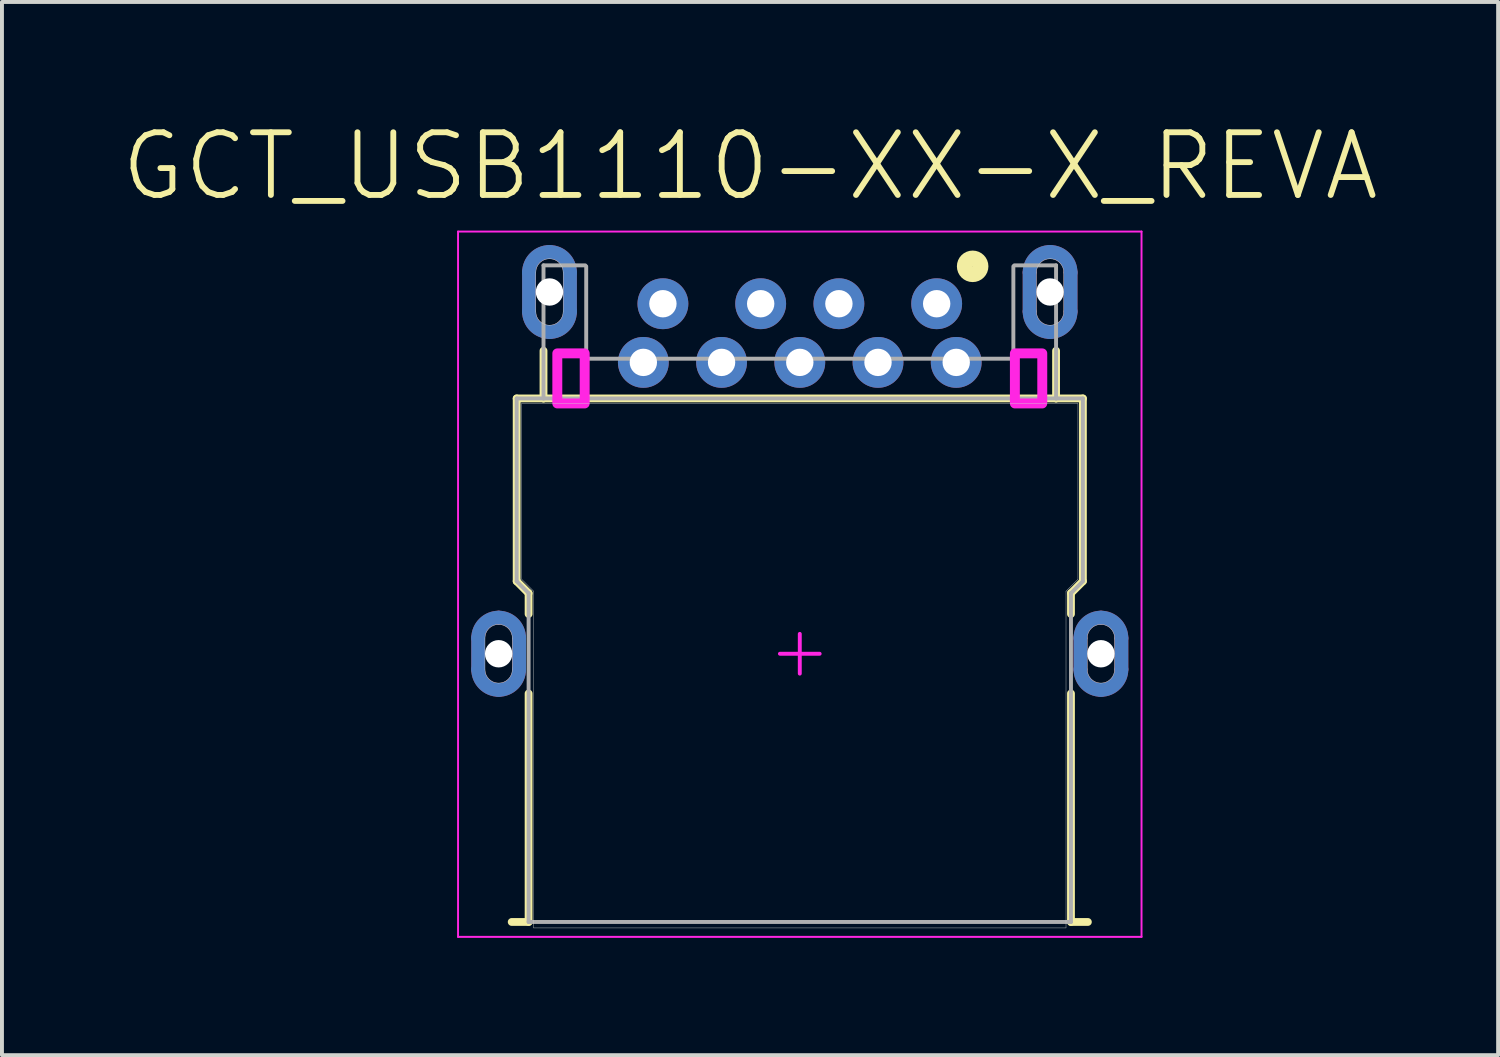
<source format=kicad_pcb>
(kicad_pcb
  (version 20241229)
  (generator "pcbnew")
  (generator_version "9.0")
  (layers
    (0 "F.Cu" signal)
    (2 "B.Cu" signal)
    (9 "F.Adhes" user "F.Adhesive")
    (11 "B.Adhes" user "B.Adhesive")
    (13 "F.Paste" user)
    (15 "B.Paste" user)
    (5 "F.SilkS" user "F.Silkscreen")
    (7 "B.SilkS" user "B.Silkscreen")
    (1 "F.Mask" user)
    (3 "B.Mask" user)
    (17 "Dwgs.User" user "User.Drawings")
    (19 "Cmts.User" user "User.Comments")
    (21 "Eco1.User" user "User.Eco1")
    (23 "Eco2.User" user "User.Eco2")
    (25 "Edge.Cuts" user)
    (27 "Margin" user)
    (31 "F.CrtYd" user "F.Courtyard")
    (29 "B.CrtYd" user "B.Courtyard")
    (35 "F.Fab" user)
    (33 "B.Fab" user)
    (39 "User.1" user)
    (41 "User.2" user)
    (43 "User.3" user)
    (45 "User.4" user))
  (footprint "GCT_USB1110-XX-X_REVA"
    (layer "F.Cu")
    (at 17.4 13.666)
    (property "Reference" "GCT_USB1110-XX-X_REVA" (at -1.272 -12.465 0) (layer "F.SilkS") (effects (font (size 1.603 1.603) (thickness 0.15))))
    (attr through_hole)
    (fp_line (start -8.225 0.4) (end -8.225 -0.4) (stroke (width 0.35) (type solid)) (layer "F.Cu"))
    (fp_line (start -7.175 -0.4) (end -7.175 0.4) (stroke (width 0.35) (type solid)) (layer "F.Cu"))
    (fp_line (start -6.925 -8.75) (end -6.925 -9.75) (stroke (width 0.35) (type solid)) (layer "F.Cu"))
    (fp_line (start -5.875 -9.75) (end -5.875 -8.75) (stroke (width 0.35) (type solid)) (layer "F.Cu"))
    (fp_line (start 5.875 -8.75) (end 5.875 -9.75) (stroke (width 0.35) (type solid)) (layer "F.Cu"))
    (fp_line (start 6.925 -9.75) (end 6.925 -8.75) (stroke (width 0.35) (type solid)) (layer "F.Cu"))
    (fp_line (start 7.175 0.4) (end 7.175 -0.4) (stroke (width 0.35) (type solid)) (layer "F.Cu"))
    (fp_line (start 8.225 -0.4) (end 8.225 0.4) (stroke (width 0.35) (type solid)) (layer "F.Cu"))
    (fp_arc (start -8.225 -0.4) (mid -8.071231 -0.771231) (end -7.7 -0.925) (stroke (width 0.35) (type solid)) (layer "F.Cu"))
    (fp_arc (start -7.7 -0.925) (mid -7.328769 -0.771231) (end -7.175 -0.4) (stroke (width 0.35) (type solid)) (layer "F.Cu"))
    (fp_arc (start -7.7 0.925) (mid -8.071231 0.771231) (end -8.225 0.4) (stroke (width 0.35) (type solid)) (layer "F.Cu"))
    (fp_arc (start -7.175 0.4) (mid -7.328769 0.771231) (end -7.7 0.925) (stroke (width 0.35) (type solid)) (layer "F.Cu"))
    (fp_arc (start -6.925 -9.75) (mid -6.771231 -10.121231) (end -6.4 -10.275) (stroke (width 0.35) (type solid)) (layer "F.Cu"))
    (fp_arc (start -6.4 -10.275) (mid -6.028769 -10.121231) (end -5.875 -9.75) (stroke (width 0.35) (type solid)) (layer "F.Cu"))
    (fp_arc (start -6.4 -8.225) (mid -6.771231 -8.378769) (end -6.925 -8.75) (stroke (width 0.35) (type solid)) (layer "F.Cu"))
    (fp_arc (start -5.875 -8.75) (mid -6.028769 -8.378769) (end -6.4 -8.225) (stroke (width 0.35) (type solid)) (layer "F.Cu"))
    (fp_arc (start 5.875 -9.75) (mid 6.028769 -10.121231) (end 6.4 -10.275) (stroke (width 0.35) (type solid)) (layer "F.Cu"))
    (fp_arc (start 6.4 -10.275) (mid 6.771231 -10.121231) (end 6.925 -9.75) (stroke (width 0.35) (type solid)) (layer "F.Cu"))
    (fp_arc (start 6.4 -8.225) (mid 6.028769 -8.378769) (end 5.875 -8.75) (stroke (width 0.35) (type solid)) (layer "F.Cu"))
    (fp_arc (start 6.925 -8.75) (mid 6.771231 -8.378769) (end 6.4 -8.225) (stroke (width 0.35) (type solid)) (layer "F.Cu"))
    (fp_arc (start 7.175 -0.4) (mid 7.328769 -0.771231) (end 7.7 -0.925) (stroke (width 0.35) (type solid)) (layer "F.Cu"))
    (fp_arc (start 7.7 -0.925) (mid 8.071231 -0.771231) (end 8.225 -0.4) (stroke (width 0.35) (type solid)) (layer "F.Cu"))
    (fp_arc (start 7.7 0.925) (mid 7.328769 0.771231) (end 7.175 0.4) (stroke (width 0.35) (type solid)) (layer "F.Cu"))
    (fp_arc (start 8.225 0.4) (mid 8.071231 0.771231) (end 7.7 0.925) (stroke (width 0.35) (type solid)) (layer "F.Cu"))
    (fp_poly (pts (xy -8.506 -1.2) (xy -6.9 -1.2) (xy -6.9 1.201) (xy -8.506 1.201)) (stroke (width 0.01) (type solid)) (fill yes) (layer "F.Mask"))
    (fp_poly (pts (xy -7.209 -10.55) (xy -5.6 -10.55) (xy -5.6 -7.96) (xy -7.209 -7.96)) (stroke (width 0.01) (type solid)) (fill yes) (layer "F.Mask"))
    (fp_poly (pts (xy 5.603 -10.55) (xy 7.2 -10.55) (xy 7.2 -7.954) (xy 5.603 -7.954)) (stroke (width 0.01) (type solid)) (fill yes) (layer "F.Mask"))
    (fp_poly (pts (xy 6.905 -1.2) (xy 8.5 -1.2) (xy 8.5 1.201) (xy 6.905 1.201)) (stroke (width 0.01) (type solid)) (fill yes) (layer "F.Mask"))
    (fp_line (start -8.225 0.4) (end -8.225 -0.4) (stroke (width 0.35) (type solid)) (layer "B.Cu"))
    (fp_line (start -7.175 -0.4) (end -7.175 0.4) (stroke (width 0.35) (type solid)) (layer "B.Cu"))
    (fp_line (start -6.925 -8.75) (end -6.925 -9.75) (stroke (width 0.35) (type solid)) (layer "B.Cu"))
    (fp_line (start -5.875 -9.75) (end -5.875 -8.75) (stroke (width 0.35) (type solid)) (layer "B.Cu"))
    (fp_line (start 5.875 -8.75) (end 5.875 -9.75) (stroke (width 0.35) (type solid)) (layer "B.Cu"))
    (fp_line (start 6.925 -9.75) (end 6.925 -8.75) (stroke (width 0.35) (type solid)) (layer "B.Cu"))
    (fp_line (start 7.175 0.4) (end 7.175 -0.4) (stroke (width 0.35) (type solid)) (layer "B.Cu"))
    (fp_line (start 8.225 -0.4) (end 8.225 0.4) (stroke (width 0.35) (type solid)) (layer "B.Cu"))
    (fp_arc (start -8.225 -0.4) (mid -8.071231 -0.771231) (end -7.7 -0.925) (stroke (width 0.35) (type solid)) (layer "B.Cu"))
    (fp_arc (start -7.7 -0.925) (mid -7.328769 -0.771231) (end -7.175 -0.4) (stroke (width 0.35) (type solid)) (layer "B.Cu"))
    (fp_arc (start -7.7 0.925) (mid -8.071231 0.771231) (end -8.225 0.4) (stroke (width 0.35) (type solid)) (layer "B.Cu"))
    (fp_arc (start -7.175 0.4) (mid -7.328769 0.771231) (end -7.7 0.925) (stroke (width 0.35) (type solid)) (layer "B.Cu"))
    (fp_arc (start -6.925 -9.75) (mid -6.771231 -10.121231) (end -6.4 -10.275) (stroke (width 0.35) (type solid)) (layer "B.Cu"))
    (fp_arc (start -6.4 -10.275) (mid -6.028769 -10.121231) (end -5.875 -9.75) (stroke (width 0.35) (type solid)) (layer "B.Cu"))
    (fp_arc (start -6.4 -8.225) (mid -6.771231 -8.378769) (end -6.925 -8.75) (stroke (width 0.35) (type solid)) (layer "B.Cu"))
    (fp_arc (start -5.875 -8.75) (mid -6.028769 -8.378769) (end -6.4 -8.225) (stroke (width 0.35) (type solid)) (layer "B.Cu"))
    (fp_arc (start 5.875 -9.75) (mid 6.028769 -10.121231) (end 6.4 -10.275) (stroke (width 0.35) (type solid)) (layer "B.Cu"))
    (fp_arc (start 6.4 -10.275) (mid 6.771231 -10.121231) (end 6.925 -9.75) (stroke (width 0.35) (type solid)) (layer "B.Cu"))
    (fp_arc (start 6.4 -8.225) (mid 6.028769 -8.378769) (end 5.875 -8.75) (stroke (width 0.35) (type solid)) (layer "B.Cu"))
    (fp_arc (start 6.925 -8.75) (mid 6.771231 -8.378769) (end 6.4 -8.225) (stroke (width 0.35) (type solid)) (layer "B.Cu"))
    (fp_arc (start 7.175 -0.4) (mid 7.328769 -0.771231) (end 7.7 -0.925) (stroke (width 0.35) (type solid)) (layer "B.Cu"))
    (fp_arc (start 7.7 -0.925) (mid 8.071231 -0.771231) (end 8.225 -0.4) (stroke (width 0.35) (type solid)) (layer "B.Cu"))
    (fp_arc (start 7.7 0.925) (mid 7.328769 0.771231) (end 7.175 0.4) (stroke (width 0.35) (type solid)) (layer "B.Cu"))
    (fp_arc (start 8.225 0.4) (mid 8.071231 0.771231) (end 7.7 0.925) (stroke (width 0.35) (type solid)) (layer "B.Cu"))
    (fp_poly (pts (xy -8.514 -1.2) (xy -6.9 -1.2) (xy -6.9 1.202) (xy -8.514 1.202)) (stroke (width 0.01) (type solid)) (fill yes) (layer "B.Mask"))
    (fp_poly (pts (xy -7.208 -10.55) (xy -5.6 -10.55) (xy -5.6 -7.958) (xy -7.208 -7.958)) (stroke (width 0.01) (type solid)) (fill yes) (layer "B.Mask"))
    (fp_poly (pts (xy 5.608 -10.55) (xy 7.2 -10.55) (xy 7.2 -7.961) (xy 5.608 -7.961)) (stroke (width 0.01) (type solid)) (fill yes) (layer "B.Mask"))
    (fp_poly (pts (xy 6.901 -1.2) (xy 8.5 -1.2) (xy 8.5 1.2) (xy 6.901 1.2)) (stroke (width 0.01) (type solid)) (fill yes) (layer "B.Mask"))
    (fp_line (start -7.366 6.858) (end -6.934 6.858) (stroke (width 0.2) (type solid)) (layer "F.SilkS"))
    (fp_line (start -7.239 -6.528) (end -6.553 -6.528) (stroke (width 0.2) (type solid)) (layer "F.SilkS"))
    (fp_line (start -7.239 -1.854) (end -7.239 -6.528) (stroke (width 0.2) (type solid)) (layer "F.SilkS"))
    (fp_line (start -7.239 -1.854) (end -6.934 -1.549) (stroke (width 0.2) (type solid)) (layer "F.SilkS"))
    (fp_line (start -6.934 -1.016) (end -6.934 -1.549) (stroke (width 0.2) (type solid)) (layer "F.SilkS"))
    (fp_line (start -6.934 6.858) (end -6.934 1.016) (stroke (width 0.2) (type solid)) (layer "F.SilkS"))
    (fp_line (start -6.553 -6.528) (end -6.553 -7.747) (stroke (width 0.2) (type solid)) (layer "F.SilkS"))
    (fp_line (start -6.553 -6.528) (end 6.553 -6.528) (stroke (width 0.2) (type solid)) (layer "F.SilkS"))
    (fp_line (start 6.553 -6.528) (end 6.553 -7.747) (stroke (width 0.2) (type solid)) (layer "F.SilkS"))
    (fp_line (start 6.553 -6.528) (end 7.239 -6.528) (stroke (width 0.2) (type solid)) (layer "F.SilkS"))
    (fp_line (start 6.934 -1.549) (end 7.239 -1.854) (stroke (width 0.2) (type solid)) (layer "F.SilkS"))
    (fp_line (start 6.934 -1.016) (end 6.934 -1.549) (stroke (width 0.2) (type solid)) (layer "F.SilkS"))
    (fp_line (start 6.934 6.858) (end 6.934 1.016) (stroke (width 0.2) (type solid)) (layer "F.SilkS"))
    (fp_line (start 6.934 6.858) (end 7.366 6.858) (stroke (width 0.2) (type solid)) (layer "F.SilkS"))
    (fp_line (start 7.239 -1.854) (end 7.239 -6.528) (stroke (width 0.2) (type solid)) (layer "F.SilkS"))
    (fp_circle (center 4.42 -9.906) (end 4.623 -9.906) (stroke (width 0.4) (type solid)) (fill no) (layer "F.SilkS"))
    (fp_line (start -8.225 0.4) (end -8.225 -0.4) (stroke (width 0.35) (type solid)) (layer "F.Paste"))
    (fp_line (start -7.175 -0.4) (end -7.175 0.4) (stroke (width 0.35) (type solid)) (layer "F.Paste"))
    (fp_line (start -6.925 -8.75) (end -6.925 -9.75) (stroke (width 0.35) (type solid)) (layer "F.Paste"))
    (fp_line (start -5.875 -9.75) (end -5.875 -8.75) (stroke (width 0.35) (type solid)) (layer "F.Paste"))
    (fp_line (start 5.875 -8.75) (end 5.875 -9.75) (stroke (width 0.35) (type solid)) (layer "F.Paste"))
    (fp_line (start 6.925 -9.75) (end 6.925 -8.75) (stroke (width 0.35) (type solid)) (layer "F.Paste"))
    (fp_line (start 7.175 0.4) (end 7.175 -0.4) (stroke (width 0.35) (type solid)) (layer "F.Paste"))
    (fp_line (start 8.225 -0.4) (end 8.225 0.4) (stroke (width 0.35) (type solid)) (layer "F.Paste"))
    (fp_arc (start -8.225 -0.4) (mid -8.071231 -0.771231) (end -7.7 -0.925) (stroke (width 0.35) (type solid)) (layer "F.Paste"))
    (fp_arc (start -7.7 -0.925) (mid -7.328769 -0.771231) (end -7.175 -0.4) (stroke (width 0.35) (type solid)) (layer "F.Paste"))
    (fp_arc (start -7.7 0.925) (mid -8.071231 0.771231) (end -8.225 0.4) (stroke (width 0.35) (type solid)) (layer "F.Paste"))
    (fp_arc (start -7.175 0.4) (mid -7.328769 0.771231) (end -7.7 0.925) (stroke (width 0.35) (type solid)) (layer "F.Paste"))
    (fp_arc (start -6.925 -9.75) (mid -6.771231 -10.121231) (end -6.4 -10.275) (stroke (width 0.35) (type solid)) (layer "F.Paste"))
    (fp_arc (start -6.4 -10.275) (mid -6.028769 -10.121231) (end -5.875 -9.75) (stroke (width 0.35) (type solid)) (layer "F.Paste"))
    (fp_arc (start -6.4 -8.225) (mid -6.771231 -8.378769) (end -6.925 -8.75) (stroke (width 0.35) (type solid)) (layer "F.Paste"))
    (fp_arc (start -5.875 -8.75) (mid -6.028769 -8.378769) (end -6.4 -8.225) (stroke (width 0.35) (type solid)) (layer "F.Paste"))
    (fp_arc (start 5.875 -9.75) (mid 6.028769 -10.121231) (end 6.4 -10.275) (stroke (width 0.35) (type solid)) (layer "F.Paste"))
    (fp_arc (start 6.4 -10.275) (mid 6.771231 -10.121231) (end 6.925 -9.75) (stroke (width 0.35) (type solid)) (layer "F.Paste"))
    (fp_arc (start 6.4 -8.225) (mid 6.028769 -8.378769) (end 5.875 -8.75) (stroke (width 0.35) (type solid)) (layer "F.Paste"))
    (fp_arc (start 6.925 -8.75) (mid 6.771231 -8.378769) (end 6.4 -8.225) (stroke (width 0.35) (type solid)) (layer "F.Paste"))
    (fp_arc (start 7.175 -0.4) (mid 7.328769 -0.771231) (end 7.7 -0.925) (stroke (width 0.35) (type solid)) (layer "F.Paste"))
    (fp_arc (start 7.7 -0.925) (mid 8.071231 -0.771231) (end 8.225 -0.4) (stroke (width 0.35) (type solid)) (layer "F.Paste"))
    (fp_arc (start 7.7 0.925) (mid 7.328769 0.771231) (end 7.175 0.4) (stroke (width 0.35) (type solid)) (layer "F.Paste"))
    (fp_arc (start 8.225 0.4) (mid 8.071231 0.771231) (end 7.7 0.925) (stroke (width 0.35) (type solid)) (layer "F.Paste"))
    (fp_line (start -8.225 0.4) (end -8.225 -0.4) (stroke (width 0.35) (type solid)) (layer "B.Paste"))
    (fp_line (start -7.175 -0.4) (end -7.175 0.4) (stroke (width 0.35) (type solid)) (layer "B.Paste"))
    (fp_line (start -6.925 -8.75) (end -6.925 -9.75) (stroke (width 0.35) (type solid)) (layer "B.Paste"))
    (fp_line (start -5.875 -9.75) (end -5.875 -8.75) (stroke (width 0.35) (type solid)) (layer "B.Paste"))
    (fp_line (start 5.875 -8.75) (end 5.875 -9.75) (stroke (width 0.35) (type solid)) (layer "B.Paste"))
    (fp_line (start 6.925 -9.75) (end 6.925 -8.75) (stroke (width 0.35) (type solid)) (layer "B.Paste"))
    (fp_line (start 7.175 0.4) (end 7.175 -0.4) (stroke (width 0.35) (type solid)) (layer "B.Paste"))
    (fp_line (start 8.225 -0.4) (end 8.225 0.4) (stroke (width 0.35) (type solid)) (layer "B.Paste"))
    (fp_arc (start -8.225 -0.4) (mid -8.071231 -0.771231) (end -7.7 -0.925) (stroke (width 0.35) (type solid)) (layer "B.Paste"))
    (fp_arc (start -7.7 -0.925) (mid -7.328769 -0.771231) (end -7.175 -0.4) (stroke (width 0.35) (type solid)) (layer "B.Paste"))
    (fp_arc (start -7.7 0.925) (mid -8.071231 0.771231) (end -8.225 0.4) (stroke (width 0.35) (type solid)) (layer "B.Paste"))
    (fp_arc (start -7.175 0.4) (mid -7.328769 0.771231) (end -7.7 0.925) (stroke (width 0.35) (type solid)) (layer "B.Paste"))
    (fp_arc (start -6.925 -9.75) (mid -6.771231 -10.121231) (end -6.4 -10.275) (stroke (width 0.35) (type solid)) (layer "B.Paste"))
    (fp_arc (start -6.4 -10.275) (mid -6.028769 -10.121231) (end -5.875 -9.75) (stroke (width 0.35) (type solid)) (layer "B.Paste"))
    (fp_arc (start -6.4 -8.225) (mid -6.771231 -8.378769) (end -6.925 -8.75) (stroke (width 0.35) (type solid)) (layer "B.Paste"))
    (fp_arc (start -5.875 -8.75) (mid -6.028769 -8.378769) (end -6.4 -8.225) (stroke (width 0.35) (type solid)) (layer "B.Paste"))
    (fp_arc (start 5.875 -9.75) (mid 6.028769 -10.121231) (end 6.4 -10.275) (stroke (width 0.35) (type solid)) (layer "B.Paste"))
    (fp_arc (start 6.4 -10.275) (mid 6.771231 -10.121231) (end 6.925 -9.75) (stroke (width 0.35) (type solid)) (layer "B.Paste"))
    (fp_arc (start 6.4 -8.225) (mid 6.028769 -8.378769) (end 5.875 -8.75) (stroke (width 0.35) (type solid)) (layer "B.Paste"))
    (fp_arc (start 6.925 -8.75) (mid 6.771231 -8.378769) (end 6.4 -8.225) (stroke (width 0.35) (type solid)) (layer "B.Paste"))
    (fp_arc (start 7.175 -0.4) (mid 7.328769 -0.771231) (end 7.7 -0.925) (stroke (width 0.35) (type solid)) (layer "B.Paste"))
    (fp_arc (start 7.7 -0.925) (mid 8.071231 -0.771231) (end 8.225 -0.4) (stroke (width 0.35) (type solid)) (layer "B.Paste"))
    (fp_arc (start 7.7 0.925) (mid 7.328769 0.771231) (end 7.175 0.4) (stroke (width 0.35) (type solid)) (layer "B.Paste"))
    (fp_arc (start 8.225 0.4) (mid 8.071231 0.771231) (end 7.7 0.925) (stroke (width 0.35) (type solid)) (layer "B.Paste"))
    (fp_line (start -8.05 0.4) (end -8.05 -0.4) (stroke (width 0.01) (type solid)) (layer "Edge.Cuts"))
    (fp_line (start -7.35 -0.4) (end -7.35 0.4) (stroke (width 0.01) (type solid)) (layer "Edge.Cuts"))
    (fp_line (start -7.112 -6.401) (end 7.112 -6.401) (stroke (width 0.01) (type solid)) (layer "Edge.Cuts"))
    (fp_line (start -7.112 -1.905) (end -7.112 -6.401) (stroke (width 0.01) (type solid)) (layer "Edge.Cuts"))
    (fp_line (start -7.112 -1.905) (end -6.807 -1.6) (stroke (width 0.01) (type solid)) (layer "Edge.Cuts"))
    (fp_line (start -6.807 7.01) (end -6.807 -1.6) (stroke (width 0.01) (type solid)) (layer "Edge.Cuts"))
    (fp_line (start -6.807 7.01) (end 6.807 7.01) (stroke (width 0.01) (type solid)) (layer "Edge.Cuts"))
    (fp_line (start -6.75 -8.75) (end -6.75 -9.75) (stroke (width 0.01) (type solid)) (layer "Edge.Cuts"))
    (fp_line (start -6.05 -9.75) (end -6.05 -8.75) (stroke (width 0.01) (type solid)) (layer "Edge.Cuts"))
    (fp_line (start 6.05 -8.75) (end 6.05 -9.75) (stroke (width 0.01) (type solid)) (layer "Edge.Cuts"))
    (fp_line (start 6.75 -9.75) (end 6.75 -8.75) (stroke (width 0.01) (type solid)) (layer "Edge.Cuts"))
    (fp_line (start 6.807 -1.6) (end 7.112 -1.905) (stroke (width 0.01) (type solid)) (layer "Edge.Cuts"))
    (fp_line (start 6.807 7.01) (end 6.807 -1.6) (stroke (width 0.01) (type solid)) (layer "Edge.Cuts"))
    (fp_line (start 7.112 -1.905) (end 7.112 -6.401) (stroke (width 0.01) (type solid)) (layer "Edge.Cuts"))
    (fp_line (start 7.35 0.4) (end 7.35 -0.4) (stroke (width 0.01) (type solid)) (layer "Edge.Cuts"))
    (fp_line (start 8.05 -0.4) (end 8.05 0.4) (stroke (width 0.01) (type solid)) (layer "Edge.Cuts"))
    (fp_arc (start -8.05 -0.4) (mid -7.947487 -0.647487) (end -7.7 -0.75) (stroke (width 0.01) (type solid)) (layer "Edge.Cuts"))
    (fp_arc (start -7.7 -0.75) (mid -7.452513 -0.647487) (end -7.35 -0.4) (stroke (width 0.01) (type solid)) (layer "Edge.Cuts"))
    (fp_arc (start -7.7 0.75) (mid -7.947487 0.647487) (end -8.05 0.4) (stroke (width 0.01) (type solid)) (layer "Edge.Cuts"))
    (fp_arc (start -7.35 0.4) (mid -7.452513 0.647487) (end -7.7 0.75) (stroke (width 0.01) (type solid)) (layer "Edge.Cuts"))
    (fp_arc (start -6.75 -9.75) (mid -6.647487 -9.997487) (end -6.4 -10.1) (stroke (width 0.01) (type solid)) (layer "Edge.Cuts"))
    (fp_arc (start -6.4 -10.1) (mid -6.152513 -9.997487) (end -6.05 -9.75) (stroke (width 0.01) (type solid)) (layer "Edge.Cuts"))
    (fp_arc (start -6.4 -8.4) (mid -6.647487 -8.502513) (end -6.75 -8.75) (stroke (width 0.01) (type solid)) (layer "Edge.Cuts"))
    (fp_arc (start -6.05 -8.75) (mid -6.152513 -8.502513) (end -6.4 -8.4) (stroke (width 0.01) (type solid)) (layer "Edge.Cuts"))
    (fp_arc (start 6.05 -9.75) (mid 6.152513 -9.997487) (end 6.4 -10.1) (stroke (width 0.01) (type solid)) (layer "Edge.Cuts"))
    (fp_arc (start 6.4 -10.1) (mid 6.647487 -9.997487) (end 6.75 -9.75) (stroke (width 0.01) (type solid)) (layer "Edge.Cuts"))
    (fp_arc (start 6.4 -8.4) (mid 6.152513 -8.502513) (end 6.05 -8.75) (stroke (width 0.01) (type solid)) (layer "Edge.Cuts"))
    (fp_arc (start 6.75 -8.75) (mid 6.647487 -8.502513) (end 6.4 -8.4) (stroke (width 0.01) (type solid)) (layer "Edge.Cuts"))
    (fp_arc (start 7.35 -0.4) (mid 7.452513 -0.647487) (end 7.7 -0.75) (stroke (width 0.01) (type solid)) (layer "Edge.Cuts"))
    (fp_arc (start 7.7 -0.75) (mid 7.947487 -0.647487) (end 8.05 -0.4) (stroke (width 0.01) (type solid)) (layer "Edge.Cuts"))
    (fp_arc (start 7.7 0.75) (mid 7.452513 0.647487) (end 7.35 0.4) (stroke (width 0.01) (type solid)) (layer "Edge.Cuts"))
    (fp_arc (start 8.05 0.4) (mid 7.947487 0.647487) (end 7.7 0.75) (stroke (width 0.01) (type solid)) (layer "Edge.Cuts"))
    (fp_line (start -8.738 -10.795) (end 8.738 -10.795) (stroke (width 0.05) (type solid)) (layer "F.CrtYd"))
    (fp_line (start -8.738 7.239) (end -8.738 -10.795) (stroke (width 0.05) (type solid)) (layer "F.CrtYd"))
    (fp_line (start -8.738 7.239) (end 8.738 7.239) (stroke (width 0.05) (type solid)) (layer "F.CrtYd"))
    (fp_line (start -0.508 0) (end 0.508 0) (stroke (width 0.1) (type solid)) (layer "F.CrtYd"))
    (fp_line (start 0 0.508) (end 0 -0.508) (stroke (width 0.1) (type solid)) (layer "F.CrtYd"))
    (fp_line (start 8.738 7.239) (end 8.738 -10.795) (stroke (width 0.05) (type solid)) (layer "F.CrtYd"))
    (fp_poly (pts (xy -6.2 -6.4) (xy -5.5 -6.4) (xy -5.5 -7.68) (xy -6.2 -7.68)) (stroke (width 0.254) (type solid)) (fill no) (layer "F.CrtYd"))
    (fp_poly (pts (xy 5.5 -6.4) (xy 6.2 -6.4) (xy 6.2 -7.68) (xy 5.5 -7.68)) (stroke (width 0.254) (type solid)) (fill no) (layer "F.CrtYd"))
    (fp_line (start -7.239 -6.528) (end -6.553 -6.528) (stroke (width 0.1) (type solid)) (layer "F.Fab"))
    (fp_line (start -7.239 -1.854) (end -7.239 -6.528) (stroke (width 0.1) (type solid)) (layer "F.Fab"))
    (fp_line (start -7.239 -1.854) (end -6.934 -1.549) (stroke (width 0.1) (type solid)) (layer "F.Fab"))
    (fp_line (start -6.934 6.858) (end -6.934 -1.549) (stroke (width 0.1) (type solid)) (layer "F.Fab"))
    (fp_line (start -6.934 6.858) (end 6.934 6.858) (stroke (width 0.1) (type solid)) (layer "F.Fab"))
    (fp_line (start -6.553 -9.931) (end -5.486 -9.931) (stroke (width 0.1) (type solid)) (layer "F.Fab"))
    (fp_line (start -6.553 -6.528) (end -6.553 -9.931) (stroke (width 0.1) (type solid)) (layer "F.Fab"))
    (fp_line (start -6.553 -6.528) (end 6.553 -6.528) (stroke (width 0.1) (type solid)) (layer "F.Fab"))
    (fp_line (start -5.461 -7.544) (end -5.461 -9.906) (stroke (width 0.1) (type solid)) (layer "F.Fab"))
    (fp_line (start -5.461 -7.544) (end 5.461 -7.544) (stroke (width 0.1) (type solid)) (layer "F.Fab"))
    (fp_line (start 5.461 -7.544) (end 5.461 -9.906) (stroke (width 0.1) (type solid)) (layer "F.Fab"))
    (fp_line (start 5.486 -9.931) (end 6.553 -9.931) (stroke (width 0.1) (type solid)) (layer "F.Fab"))
    (fp_line (start 6.553 -6.528) (end 6.553 -9.931) (stroke (width 0.1) (type solid)) (layer "F.Fab"))
    (fp_line (start 6.553 -6.528) (end 7.239 -6.528) (stroke (width 0.1) (type solid)) (layer "F.Fab"))
    (fp_line (start 6.934 -1.549) (end 7.239 -1.854) (stroke (width 0.1) (type solid)) (layer "F.Fab"))
    (fp_line (start 6.934 6.858) (end 6.934 -1.549) (stroke (width 0.1) (type solid)) (layer "F.Fab"))
    (fp_line (start 7.239 -1.854) (end 7.239 -6.528) (stroke (width 0.1) (type solid)) (layer "F.Fab"))
    (pad "" np_thru_hole circle (at -7.7 0) (size 0.7 0.7) (drill 0.7) (layers "*.Cu" "*.Mask"))
    (pad "" np_thru_hole circle (at -6.4 -9.25) (size 0.7 0.7) (drill 0.7) (layers "*.Cu" "*.Mask"))
    (pad "" np_thru_hole circle (at 6.4 -9.25) (size 0.7 0.7) (drill 0.7) (layers "*.Cu" "*.Mask"))
    (pad "" np_thru_hole circle (at 7.7 0) (size 0.7 0.7) (drill 0.7) (layers "*.Cu" "*.Mask"))
    (pad "1" thru_hole circle (at 3.5 -8.95) (size 1.3 1.3) (drill 0.7) (layers "*.Cu" "*.Mask"))
    (pad "2" thru_hole circle (at 1 -8.95) (size 1.3 1.3) (drill 0.7) (layers "*.Cu" "*.Mask"))
    (pad "3" thru_hole circle (at -1 -8.95) (size 1.3 1.3) (drill 0.7) (layers "*.Cu" "*.Mask"))
    (pad "4" thru_hole circle (at -3.5 -8.95) (size 1.3 1.3) (drill 0.7) (layers "*.Cu" "*.Mask"))
    (pad "5" thru_hole circle (at -4 -7.45) (size 1.3 1.3) (drill 0.7) (layers "*.Cu" "*.Mask"))
    (pad "6" thru_hole circle (at -2 -7.45) (size 1.3 1.3) (drill 0.7) (layers "*.Cu" "*.Mask"))
    (pad "7" thru_hole circle (at 0 -7.45) (size 1.3 1.3) (drill 0.7) (layers "*.Cu" "*.Mask"))
    (pad "8" thru_hole circle (at 2 -7.45) (size 1.3 1.3) (drill 0.7) (layers "*.Cu" "*.Mask"))
    (pad "9" thru_hole circle (at 4 -7.45) (size 1.3 1.3) (drill 0.7) (layers "*.Cu" "*.Mask"))
    (pad "10" smd rect (at 6.22 -10.16) (size 0.1 0.1) (layers "F.Cu"))
    (pad "11" smd rect (at -6.27 -10.17) (size 0.1 0.1) (layers "F.Cu"))
    (pad "12" smd rect (at -7.52 -0.81) (size 0.1 0.1) (layers "F.Cu"))
    (pad "13" smd rect (at 7.89 -0.85) (size 0.1 0.1) (layers "F.Cu")))
  (gr_rect
    (start -3 -3)
    (end 35.256 23.93)
    (stroke (width 0.1) (type default))
    (fill no)
    (layer "Edge.Cuts")))
</source>
